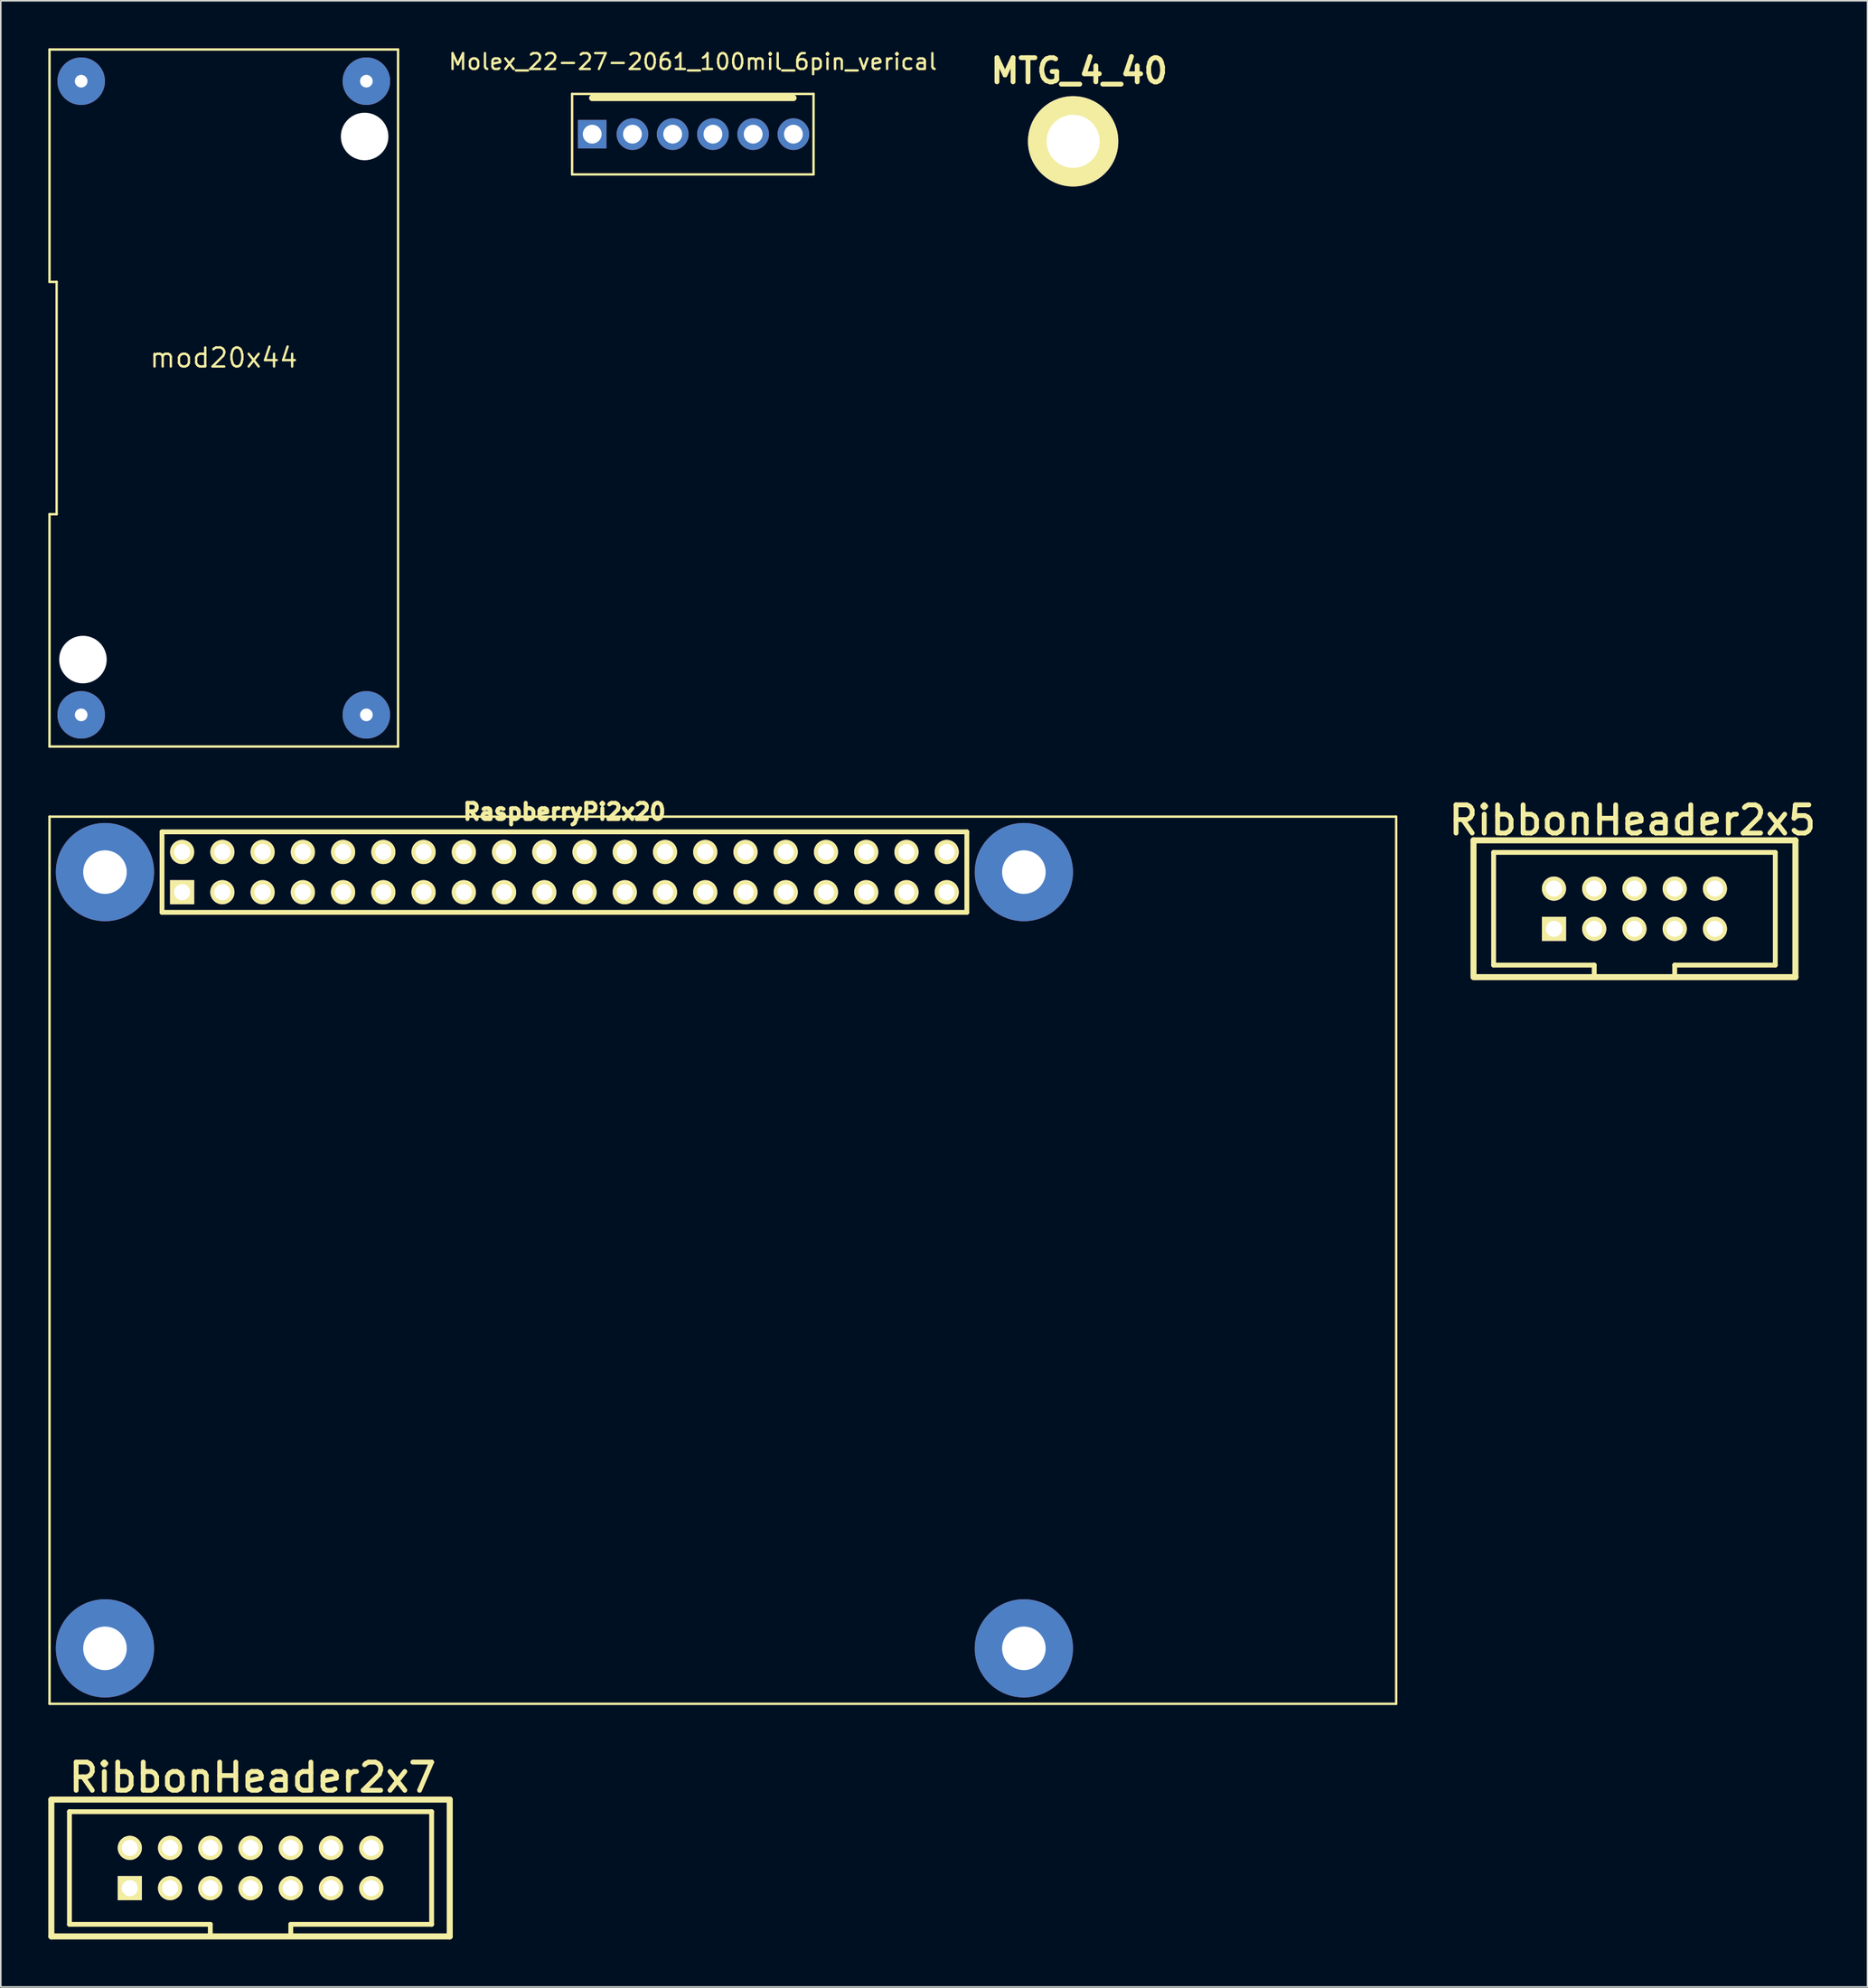
<source format=kicad_pcb>
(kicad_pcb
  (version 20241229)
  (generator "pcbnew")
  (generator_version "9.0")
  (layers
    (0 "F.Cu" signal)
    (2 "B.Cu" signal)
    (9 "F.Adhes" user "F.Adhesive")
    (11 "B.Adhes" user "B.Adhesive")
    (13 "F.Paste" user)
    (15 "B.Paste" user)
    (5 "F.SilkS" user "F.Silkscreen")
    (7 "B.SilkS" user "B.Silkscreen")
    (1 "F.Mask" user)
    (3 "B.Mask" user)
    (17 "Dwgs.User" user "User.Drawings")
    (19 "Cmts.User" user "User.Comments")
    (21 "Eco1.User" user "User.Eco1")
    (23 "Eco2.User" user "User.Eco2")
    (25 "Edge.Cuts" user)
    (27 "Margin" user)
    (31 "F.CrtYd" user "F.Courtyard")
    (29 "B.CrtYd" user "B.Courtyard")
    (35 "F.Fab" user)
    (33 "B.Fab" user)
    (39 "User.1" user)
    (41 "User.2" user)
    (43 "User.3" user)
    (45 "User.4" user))
  (footprint "RaspberryPi2x20"
    (layer "F.Cu")
    (at 32.576 52)
    (property "Reference" "RaspberryPi2x20" (at 0 -3.81 0) (layer "F.SilkS") (effects (font (size 1.016 1.016) (thickness 0.274))))
    (attr through_hole)
    (fp_line (start -32.5 -3.5) (end -32.5 52.5) (stroke (width 0.152) (type solid)) (layer "F.SilkS"))
    (fp_line (start -32.5 -3.5) (end 52.5 -3.5) (stroke (width 0.152) (type solid)) (layer "F.SilkS"))
    (fp_line (start -32.5 52.5) (end 52.5 52.5) (stroke (width 0.152) (type solid)) (layer "F.SilkS"))
    (fp_line (start -25.4 -2.54) (end -25.4 2.54) (stroke (width 0.305) (type solid)) (layer "F.SilkS"))
    (fp_line (start 25.4 -2.54) (end -25.4 -2.54) (stroke (width 0.305) (type solid)) (layer "F.SilkS"))
    (fp_line (start 25.4 -2.54) (end 25.4 2.54) (stroke (width 0.305) (type solid)) (layer "F.SilkS"))
    (fp_line (start 25.4 2.54) (end -25.4 2.54) (stroke (width 0.305) (type solid)) (layer "F.SilkS"))
    (fp_line (start 52.5 -3.5) (end 52.5 52.5) (stroke (width 0.152) (type solid)) (layer "F.SilkS"))
    (pad "" thru_hole circle (at -29 0) (size 6.2 6.2) (drill 2.75) (layers "*.Cu" "*.Mask"))
    (pad "" thru_hole circle (at -29 49) (size 6.2 6.2) (drill 2.75) (layers "*.Cu" "*.Mask"))
    (pad "" thru_hole circle (at 29 0) (size 6.2 6.2) (drill 2.75) (layers "*.Cu" "*.Mask"))
    (pad "" thru_hole circle (at 29 49) (size 6.2 6.2) (drill 2.75) (layers "*.Cu" "*.Mask"))
    (pad "1" thru_hole rect (at -24.13 1.27) (size 1.524 1.524) (drill 1.016) (layers "*.Cu" "*.Mask" "F.SilkS"))
    (pad "2" thru_hole circle (at -24.13 -1.27) (size 1.524 1.524) (drill 1.016) (layers "*.Cu" "*.Mask" "F.SilkS"))
    (pad "3" thru_hole circle (at -21.59 1.27) (size 1.524 1.524) (drill 1.016) (layers "*.Cu" "*.Mask" "F.SilkS"))
    (pad "4" thru_hole circle (at -21.59 -1.27) (size 1.524 1.524) (drill 1.016) (layers "*.Cu" "*.Mask" "F.SilkS"))
    (pad "5" thru_hole circle (at -19.05 1.27) (size 1.524 1.524) (drill 1.016) (layers "*.Cu" "*.Mask" "F.SilkS"))
    (pad "6" thru_hole circle (at -19.05 -1.27) (size 1.524 1.524) (drill 1.016) (layers "*.Cu" "*.Mask" "F.SilkS"))
    (pad "7" thru_hole circle (at -16.51 1.27) (size 1.524 1.524) (drill 1.016) (layers "*.Cu" "*.Mask" "F.SilkS"))
    (pad "8" thru_hole circle (at -16.51 -1.27) (size 1.524 1.524) (drill 1.016) (layers "*.Cu" "*.Mask" "F.SilkS"))
    (pad "9" thru_hole circle (at -13.97 1.27) (size 1.524 1.524) (drill 1.016) (layers "*.Cu" "*.Mask" "F.SilkS"))
    (pad "10" thru_hole circle (at -13.97 -1.27) (size 1.524 1.524) (drill 1.016) (layers "*.Cu" "*.Mask" "F.SilkS"))
    (pad "11" thru_hole circle (at -11.43 1.27) (size 1.524 1.524) (drill 1.016) (layers "*.Cu" "*.Mask" "F.SilkS"))
    (pad "12" thru_hole circle (at -11.43 -1.27) (size 1.524 1.524) (drill 1.016) (layers "*.Cu" "*.Mask" "F.SilkS"))
    (pad "13" thru_hole circle (at -8.89 1.27) (size 1.524 1.524) (drill 1.016) (layers "*.Cu" "*.Mask" "F.SilkS"))
    (pad "14" thru_hole circle (at -8.89 -1.27) (size 1.524 1.524) (drill 1.016) (layers "*.Cu" "*.Mask" "F.SilkS"))
    (pad "15" thru_hole circle (at -6.35 1.27) (size 1.524 1.524) (drill 1.016) (layers "*.Cu" "*.Mask" "F.SilkS"))
    (pad "16" thru_hole circle (at -6.35 -1.27) (size 1.524 1.524) (drill 1.016) (layers "*.Cu" "*.Mask" "F.SilkS"))
    (pad "17" thru_hole circle (at -3.81 1.27) (size 1.524 1.524) (drill 1.016) (layers "*.Cu" "*.Mask" "F.SilkS"))
    (pad "18" thru_hole circle (at -3.81 -1.27) (size 1.524 1.524) (drill 1.016) (layers "*.Cu" "*.Mask" "F.SilkS"))
    (pad "19" thru_hole circle (at -1.27 1.27) (size 1.524 1.524) (drill 1.016) (layers "*.Cu" "*.Mask" "F.SilkS"))
    (pad "20" thru_hole circle (at -1.27 -1.27) (size 1.524 1.524) (drill 1.016) (layers "*.Cu" "*.Mask" "F.SilkS"))
    (pad "21" thru_hole circle (at 1.27 1.27) (size 1.524 1.524) (drill 1.016) (layers "*.Cu" "*.Mask" "F.SilkS"))
    (pad "22" thru_hole circle (at 1.27 -1.27) (size 1.524 1.524) (drill 1.016) (layers "*.Cu" "*.Mask" "F.SilkS"))
    (pad "23" thru_hole circle (at 3.81 1.27) (size 1.524 1.524) (drill 1.016) (layers "*.Cu" "*.Mask" "F.SilkS"))
    (pad "24" thru_hole circle (at 3.81 -1.27) (size 1.524 1.524) (drill 1.016) (layers "*.Cu" "*.Mask" "F.SilkS"))
    (pad "25" thru_hole circle (at 6.35 1.27) (size 1.524 1.524) (drill 1.016) (layers "*.Cu" "*.Mask" "F.SilkS"))
    (pad "26" thru_hole circle (at 6.35 -1.27) (size 1.524 1.524) (drill 1.016) (layers "*.Cu" "*.Mask" "F.SilkS"))
    (pad "27" thru_hole circle (at 8.89 1.27) (size 1.524 1.524) (drill 1.016) (layers "*.Cu" "*.Mask" "F.SilkS"))
    (pad "28" thru_hole circle (at 8.89 -1.27) (size 1.524 1.524) (drill 1.016) (layers "*.Cu" "*.Mask" "F.SilkS"))
    (pad "29" thru_hole circle (at 11.43 1.27) (size 1.524 1.524) (drill 1.016) (layers "*.Cu" "*.Mask" "F.SilkS"))
    (pad "30" thru_hole circle (at 11.43 -1.27) (size 1.524 1.524) (drill 1.016) (layers "*.Cu" "*.Mask" "F.SilkS"))
    (pad "31" thru_hole circle (at 13.97 1.27) (size 1.524 1.524) (drill 1.016) (layers "*.Cu" "*.Mask" "F.SilkS"))
    (pad "32" thru_hole circle (at 13.97 -1.27) (size 1.524 1.524) (drill 1.016) (layers "*.Cu" "*.Mask" "F.SilkS"))
    (pad "33" thru_hole circle (at 16.51 1.27) (size 1.524 1.524) (drill 1.016) (layers "*.Cu" "*.Mask" "F.SilkS"))
    (pad "34" thru_hole circle (at 16.51 -1.27) (size 1.524 1.524) (drill 1.016) (layers "*.Cu" "*.Mask" "F.SilkS"))
    (pad "35" thru_hole circle (at 19.05 1.27) (size 1.524 1.524) (drill 1.016) (layers "*.Cu" "*.Mask" "F.SilkS"))
    (pad "36" thru_hole circle (at 19.05 -1.27) (size 1.524 1.524) (drill 1.016) (layers "*.Cu" "*.Mask" "F.SilkS"))
    (pad "37" thru_hole circle (at 21.59 1.27) (size 1.524 1.524) (drill 1.016) (layers "*.Cu" "*.Mask" "F.SilkS"))
    (pad "38" thru_hole circle (at 21.59 -1.27) (size 1.524 1.524) (drill 1.016) (layers "*.Cu" "*.Mask" "F.SilkS"))
    (pad "39" thru_hole circle (at 24.13 1.27) (size 1.524 1.524) (drill 1.016) (layers "*.Cu" "*.Mask" "F.SilkS"))
    (pad "40" thru_hole circle (at 24.13 -1.27) (size 1.524 1.524) (drill 1.016) (layers "*.Cu" "*.Mask" "F.SilkS")))
  (footprint "RibbonHeader2x5"
    (layer "F.Cu")
    (at 100.116 54.313)
    (property "Reference" "RibbonHeader2x5" (at -0.127 -5.588 0) (layer "F.SilkS") (effects (font (size 1.778 1.778) (thickness 0.305))))
    (attr through_hole)
    (fp_line (start -10.16 -4.318) (end -10.16 4.191) (stroke (width 0.381) (type solid)) (layer "F.SilkS"))
    (fp_line (start -10.16 -4.318) (end 10.16 -4.318) (stroke (width 0.381) (type solid)) (layer "F.SilkS"))
    (fp_line (start -8.89 -3.556) (end 8.89 -3.556) (stroke (width 0.305) (type solid)) (layer "F.SilkS"))
    (fp_line (start -8.89 3.556) (end -8.89 -3.556) (stroke (width 0.305) (type solid)) (layer "F.SilkS"))
    (fp_line (start -2.54 3.556) (end -8.89 3.556) (stroke (width 0.305) (type solid)) (layer "F.SilkS"))
    (fp_line (start -2.54 4.318) (end -2.54 3.556) (stroke (width 0.305) (type solid)) (layer "F.SilkS"))
    (fp_line (start 2.54 3.556) (end 2.54 4.318) (stroke (width 0.305) (type solid)) (layer "F.SilkS"))
    (fp_line (start 8.89 3.556) (end 2.54 3.556) (stroke (width 0.305) (type solid)) (layer "F.SilkS"))
    (fp_line (start 8.89 3.556) (end 8.89 -3.556) (stroke (width 0.305) (type solid)) (layer "F.SilkS"))
    (fp_line (start 10.16 -4.318) (end 10.16 4.318) (stroke (width 0.381) (type solid)) (layer "F.SilkS"))
    (fp_line (start 10.16 4.318) (end -10.16 4.318) (stroke (width 0.381) (type solid)) (layer "F.SilkS"))
    (pad "1" thru_hole rect (at -5.08 1.27) (size 1.524 1.524) (drill 1.016) (layers "*.Cu" "*.Mask" "F.SilkS"))
    (pad "2" thru_hole circle (at -5.08 -1.27) (size 1.524 1.524) (drill 1.016) (layers "*.Cu" "*.Mask" "F.SilkS"))
    (pad "3" thru_hole circle (at -2.54 1.27) (size 1.524 1.524) (drill 1.016) (layers "*.Cu" "*.Mask" "F.SilkS"))
    (pad "4" thru_hole circle (at -2.54 -1.27) (size 1.524 1.524) (drill 1.016) (layers "*.Cu" "*.Mask" "F.SilkS"))
    (pad "5" thru_hole circle (at 0 1.27) (size 1.524 1.524) (drill 1.016) (layers "*.Cu" "*.Mask" "F.SilkS"))
    (pad "6" thru_hole circle (at 0 -1.27) (size 1.524 1.524) (drill 1.016) (layers "*.Cu" "*.Mask" "F.SilkS"))
    (pad "7" thru_hole circle (at 2.54 1.27) (size 1.524 1.524) (drill 1.016) (layers "*.Cu" "*.Mask" "F.SilkS"))
    (pad "8" thru_hole circle (at 2.54 -1.27) (size 1.524 1.524) (drill 1.016) (layers "*.Cu" "*.Mask" "F.SilkS"))
    (pad "9" thru_hole circle (at 5.08 1.27) (size 1.524 1.524) (drill 1.016) (layers "*.Cu" "*.Mask" "F.SilkS"))
    (pad "10" thru_hole circle (at 5.08 -1.27) (size 1.524 1.524) (drill 1.016) (layers "*.Cu" "*.Mask" "F.SilkS")))
  (footprint "Molex_22-27-2061_100mil_6pin_verical"
    (layer "F.Cu")
    (at 40.68 5.42)
    (property "Reference" "Molex_22-27-2061_100mil_6pin_verical" (at 0 -4.572 0) (layer "F.SilkS") (effects (font (size 1 1) (thickness 0.15))))
    (attr through_hole)
    (fp_line (start -7.62 -2.54) (end -7.62 2.54) (stroke (width 0.152) (type solid)) (layer "F.SilkS"))
    (fp_line (start -7.62 2.54) (end 7.62 2.54) (stroke (width 0.152) (type solid)) (layer "F.SilkS"))
    (fp_line (start -6.35 -2.286) (end 6.35 -2.286) (stroke (width 0.4) (type solid)) (layer "F.SilkS"))
    (fp_line (start 7.62 -2.54) (end -7.62 -2.54) (stroke (width 0.152) (type solid)) (layer "F.SilkS"))
    (fp_line (start 7.62 2.54) (end 7.62 -2.54) (stroke (width 0.152) (type solid)) (layer "F.SilkS"))
    (pad "1" thru_hole rect (at -6.35 0) (size 1.8 1.8) (drill 1.19) (layers "*.Cu" "*.Mask"))
    (pad "2" thru_hole circle (at -3.81 0) (size 2 2) (drill 1.19) (layers "*.Cu" "*.Mask"))
    (pad "3" thru_hole circle (at -1.27 0) (size 2 2) (drill 1.19) (layers "*.Cu" "*.Mask"))
    (pad "4" thru_hole circle (at 1.27 0) (size 2 2) (drill 1.19) (layers "*.Cu" "*.Mask"))
    (pad "5" thru_hole circle (at 3.81 0) (size 2 2) (drill 1.19) (layers "*.Cu" "*.Mask"))
    (pad "6" thru_hole circle (at 6.35 0) (size 2 2) (drill 1.19) (layers "*.Cu" "*.Mask")))
  (footprint "mod20x44"
    (layer "F.Cu")
    (at 11.075 22.075)
    (property "Reference" "mod20x44" (at 0 -2.54 0) (layer "F.SilkS") (effects (font (size 1.2 1.2) (thickness 0.15))))
    (attr through_hole)
    (fp_line (start -11 -7.333) (end -10.55 -7.333) (stroke (width 0.15) (type solid)) (layer "F.SilkS"))
    (fp_line (start -11 7.333) (end -11 22) (stroke (width 0.15) (type solid)) (layer "F.SilkS"))
    (fp_line (start -11 22) (end 11 22) (stroke (width 0.15) (type solid)) (layer "F.SilkS"))
    (fp_line (start -11 -22) (end -11 -7.333) (stroke (width 0.15) (type solid)) (layer "F.SilkS"))
    (fp_line (start -10.55 -7.333) (end -10.55 7.333) (stroke (width 0.15) (type solid)) (layer "F.SilkS"))
    (fp_line (start -10.55 7.333) (end -11 7.333) (stroke (width 0.15) (type solid)) (layer "F.SilkS"))
    (fp_line (start 11 22) (end 11 -22) (stroke (width 0.15) (type solid)) (layer "F.SilkS"))
    (fp_line (start 11 -22) (end -11 -22) (stroke (width 0.15) (type solid)) (layer "F.SilkS"))
    (fp_circle (center -8.89 16.51) (end -8.89 15.24) (stroke (width 0.15) (type solid)) (fill no) (layer "F.SilkS"))
    (fp_circle (center 8.89 -16.51) (end 8.89 -15.24) (stroke (width 0.15) (type solid)) (fill no) (layer "F.SilkS"))
    (pad "" np_thru_hole circle (at -8.89 16.51) (size 3 3) (drill 3) (layers "*.Cu" "*.Mask"))
    (pad "" np_thru_hole circle (at 8.89 -16.51) (size 3 3) (drill 3) (layers "*.Cu" "*.Mask"))
    (pad "1" thru_hole circle (at -9 20) (size 3 3) (drill 0.8) (layers "*.Cu" "*.Mask"))
    (pad "2" thru_hole circle (at 9 20) (size 3 3) (drill 0.8) (layers "*.Cu" "*.Mask"))
    (pad "3" thru_hole circle (at -9 -20) (size 3 3) (drill 0.8) (layers "*.Cu" "*.Mask"))
    (pad "4" thru_hole circle (at 9 -20) (size 3 3) (drill 0.8) (layers "*.Cu" "*.Mask")))
  (footprint "MTG_4_40"
    (layer "F.Cu")
    (at 64.685 5.871)
    (property "Reference" "MTG_4_40" (at 0.381 -4.445 0) (layer "F.SilkS") (effects (font (size 1.524 1.524) (thickness 0.305))))
    (attr through_hole)
    (pad "1" thru_hole circle (at 0 0) (size 5.7 5.7) (drill 3.35) (layers "*.Cu" "*.Mask" "F.SilkS")))
  (footprint "RibbonHeader2x7"
    (layer "F.Cu")
    (at 12.764 114.866)
    (property "Reference" "RibbonHeader2x7" (at 0.127 -5.715 0) (layer "F.SilkS") (effects (font (size 1.778 1.778) (thickness 0.305))))
    (attr through_hole)
    (fp_line (start -12.573 -4.318) (end -12.573 4.318) (stroke (width 0.381) (type solid)) (layer "F.SilkS"))
    (fp_line (start -12.573 4.318) (end 12.573 4.318) (stroke (width 0.381) (type solid)) (layer "F.SilkS"))
    (fp_line (start -11.43 -3.556) (end 11.43 -3.556) (stroke (width 0.305) (type solid)) (layer "F.SilkS"))
    (fp_line (start -11.43 3.556) (end -11.43 -3.556) (stroke (width 0.305) (type solid)) (layer "F.SilkS"))
    (fp_line (start -2.54 3.556) (end -11.43 3.556) (stroke (width 0.305) (type solid)) (layer "F.SilkS"))
    (fp_line (start -2.54 4.318) (end -2.54 3.556) (stroke (width 0.305) (type solid)) (layer "F.SilkS"))
    (fp_line (start 2.54 3.556) (end 2.54 4.318) (stroke (width 0.305) (type solid)) (layer "F.SilkS"))
    (fp_line (start 11.43 -3.556) (end 11.43 3.556) (stroke (width 0.305) (type solid)) (layer "F.SilkS"))
    (fp_line (start 11.43 3.556) (end 2.54 3.556) (stroke (width 0.305) (type solid)) (layer "F.SilkS"))
    (fp_line (start 12.573 -4.318) (end -12.573 -4.318) (stroke (width 0.381) (type solid)) (layer "F.SilkS"))
    (fp_line (start 12.573 4.318) (end 12.573 -4.318) (stroke (width 0.381) (type solid)) (layer "F.SilkS"))
    (pad "1" thru_hole rect (at -7.62 1.27) (size 1.524 1.524) (drill 1.016) (layers "*.Cu" "*.Mask" "F.SilkS"))
    (pad "2" thru_hole circle (at -7.62 -1.27) (size 1.524 1.524) (drill 1.016) (layers "*.Cu" "*.Mask" "F.SilkS"))
    (pad "3" thru_hole circle (at -5.08 1.27) (size 1.524 1.524) (drill 1.016) (layers "*.Cu" "*.Mask" "F.SilkS"))
    (pad "4" thru_hole circle (at -5.08 -1.27) (size 1.524 1.524) (drill 1.016) (layers "*.Cu" "*.Mask" "F.SilkS"))
    (pad "5" thru_hole circle (at -2.54 1.27) (size 1.524 1.524) (drill 1.016) (layers "*.Cu" "*.Mask" "F.SilkS"))
    (pad "6" thru_hole circle (at -2.54 -1.27) (size 1.524 1.524) (drill 1.016) (layers "*.Cu" "*.Mask" "F.SilkS"))
    (pad "7" thru_hole circle (at 0 1.27) (size 1.524 1.524) (drill 1.016) (layers "*.Cu" "*.Mask" "F.SilkS"))
    (pad "8" thru_hole circle (at 0 -1.27) (size 1.524 1.524) (drill 1.016) (layers "*.Cu" "*.Mask" "F.SilkS"))
    (pad "9" thru_hole circle (at 2.54 1.27) (size 1.524 1.524) (drill 1.016) (layers "*.Cu" "*.Mask" "F.SilkS"))
    (pad "10" thru_hole circle (at 2.54 -1.27) (size 1.524 1.524) (drill 1.016) (layers "*.Cu" "*.Mask" "F.SilkS"))
    (pad "11" thru_hole circle (at 5.08 1.27) (size 1.524 1.524) (drill 1.016) (layers "*.Cu" "*.Mask" "F.SilkS"))
    (pad "12" thru_hole circle (at 5.08 -1.27) (size 1.524 1.524) (drill 1.016) (layers "*.Cu" "*.Mask" "F.SilkS"))
    (pad "13" thru_hole circle (at 7.62 1.27) (size 1.524 1.524) (drill 1.016) (layers "*.Cu" "*.Mask" "F.SilkS"))
    (pad "14" thru_hole circle (at 7.62 -1.27) (size 1.524 1.524) (drill 1.016) (layers "*.Cu" "*.Mask" "F.SilkS")))
  (gr_rect
    (start -3 -3)
    (end 114.825 122.375)
    (stroke (width 0.1) (type default))
    (fill no)
    (layer "Edge.Cuts")))
</source>
